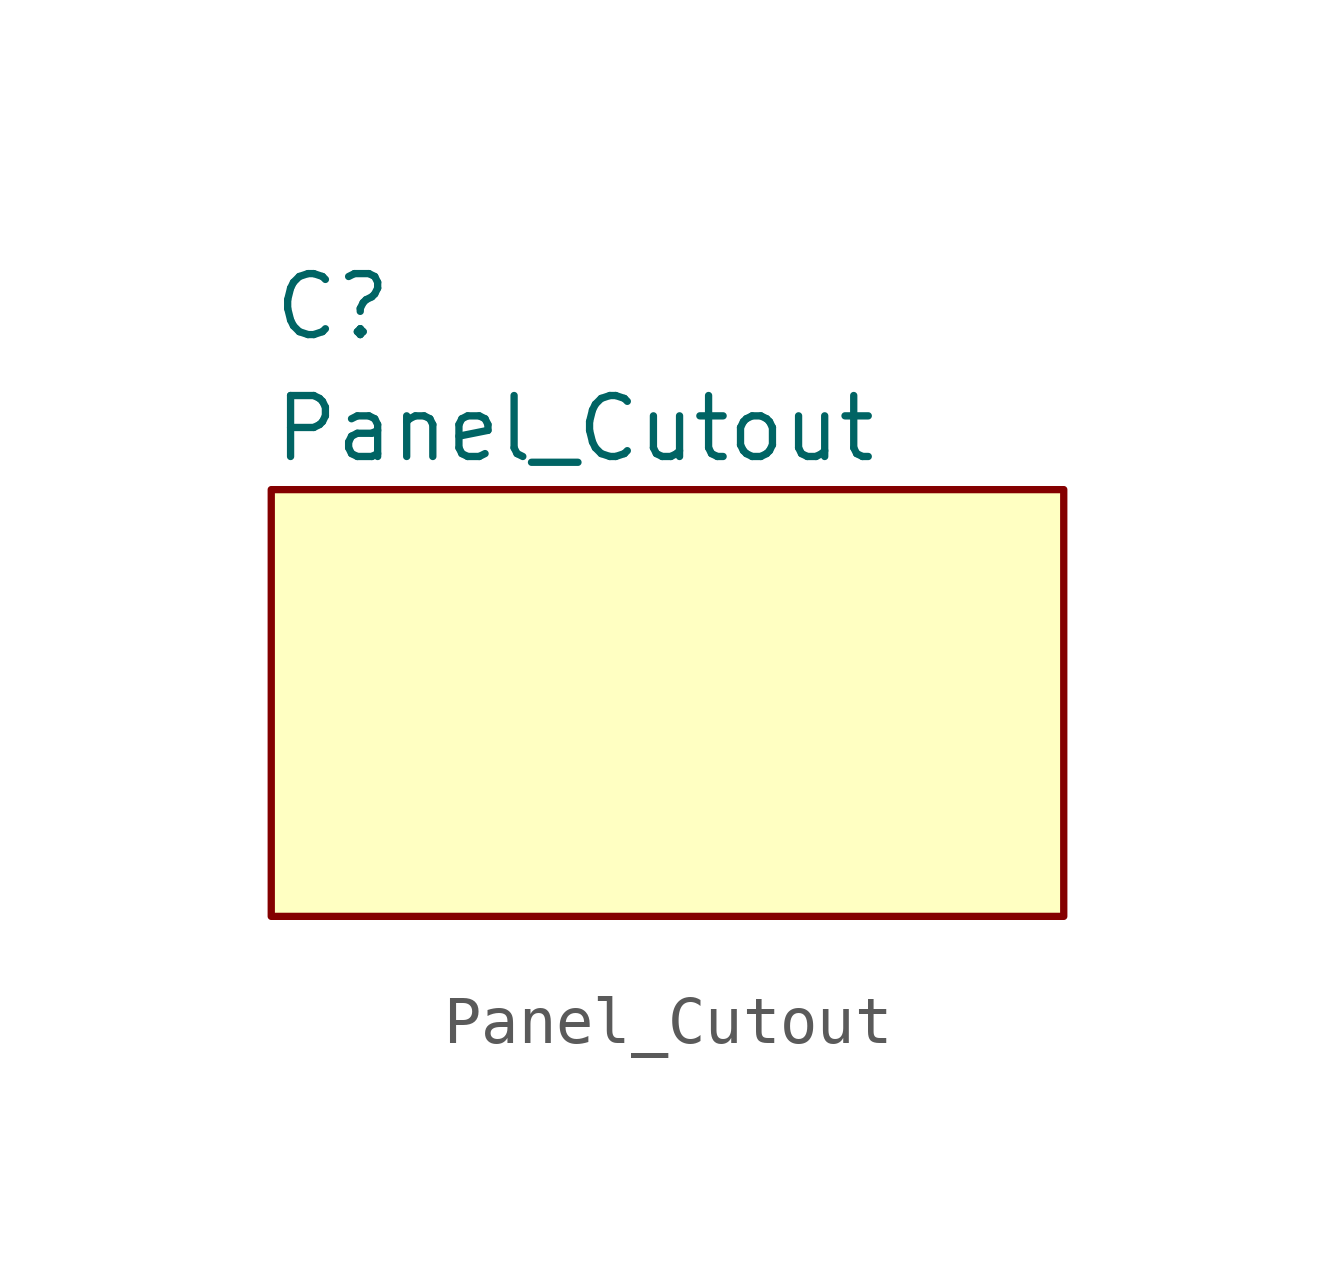
<source format=kicad_sym>
(kicad_symbol_lib
  (version 20231120)
  (generator "kicad_symbol_editor")
  (generator_version "8.0")
  (symbol "Panel_Cutout"
    (pin_names
      (offset 1.016))
    (property "Reference" "C"
      (at 0 2.54 0)
      (effects (font (size 1.27 1.27)) (justify left)))
    (property "Value" "Panel_Cutout"
      (at 0 0 0)
      (effects (font (size 1.27 1.27)) (justify left)))
    (symbol "Panel_Cutout_0_1"
      (rectangle (start 0 -1.27) (end 16.51 -10.16) (stroke (width 0) (type solid)) (fill (type background))))))
</source>
